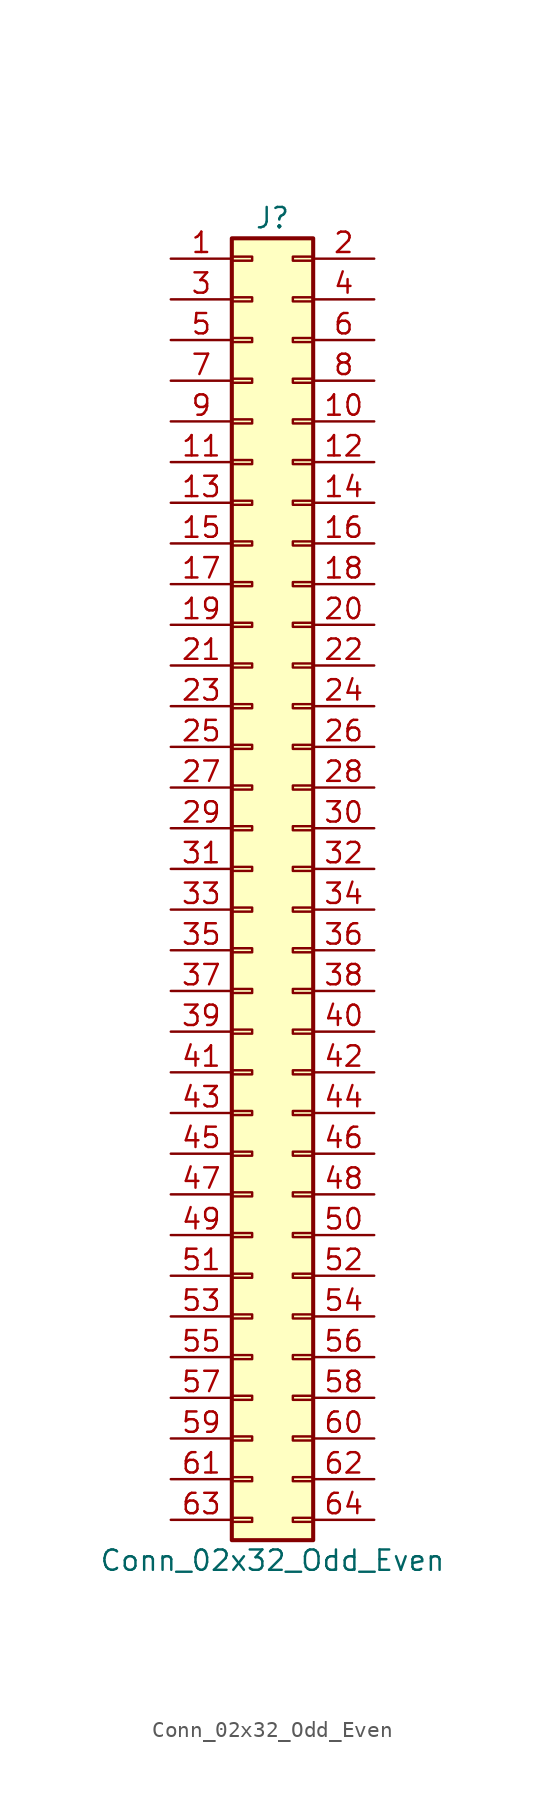
<source format=kicad_sym>
(kicad_symbol_lib
  (version 20211014)
  (generator kicad_symbol_editor)
  (symbol "Conn_02x32_Odd_Even"
    (pin_names
      (offset 1.016) hide)
    (property "Reference" "J"
      (at 1.27 40.64 0)
      (effects (font (size 1.27 1.27))))
    (property "Value" "Conn_02x32_Odd_Even"
      (at 1.27 -43.18 0)
      (effects (font (size 1.27 1.27))))
    (symbol "Conn_02x32_Odd_Even_1_1"
      (rectangle (start -1.27 -40.513) (end 0 -40.767) (stroke (width 0.152) (type default) (color 0 0 0 0)) (fill (type none)))
      (rectangle (start -1.27 -37.973) (end 0 -38.227) (stroke (width 0.152) (type default) (color 0 0 0 0)) (fill (type none)))
      (rectangle (start -1.27 -35.433) (end 0 -35.687) (stroke (width 0.152) (type default) (color 0 0 0 0)) (fill (type none)))
      (rectangle (start -1.27 -32.893) (end 0 -33.147) (stroke (width 0.152) (type default) (color 0 0 0 0)) (fill (type none)))
      (rectangle (start -1.27 -30.353) (end 0 -30.607) (stroke (width 0.152) (type default) (color 0 0 0 0)) (fill (type none)))
      (rectangle (start -1.27 -27.813) (end 0 -28.067) (stroke (width 0.152) (type default) (color 0 0 0 0)) (fill (type none)))
      (rectangle (start -1.27 -25.273) (end 0 -25.527) (stroke (width 0.152) (type default) (color 0 0 0 0)) (fill (type none)))
      (rectangle (start -1.27 -22.733) (end 0 -22.987) (stroke (width 0.152) (type default) (color 0 0 0 0)) (fill (type none)))
      (rectangle (start -1.27 -20.193) (end 0 -20.447) (stroke (width 0.152) (type default) (color 0 0 0 0)) (fill (type none)))
      (rectangle (start -1.27 -17.653) (end 0 -17.907) (stroke (width 0.152) (type default) (color 0 0 0 0)) (fill (type none)))
      (rectangle (start -1.27 -15.113) (end 0 -15.367) (stroke (width 0.152) (type default) (color 0 0 0 0)) (fill (type none)))
      (rectangle (start -1.27 -12.573) (end 0 -12.827) (stroke (width 0.152) (type default) (color 0 0 0 0)) (fill (type none)))
      (rectangle (start -1.27 -10.033) (end 0 -10.287) (stroke (width 0.152) (type default) (color 0 0 0 0)) (fill (type none)))
      (rectangle (start -1.27 -7.493) (end 0 -7.747) (stroke (width 0.152) (type default) (color 0 0 0 0)) (fill (type none)))
      (rectangle (start -1.27 -4.953) (end 0 -5.207) (stroke (width 0.152) (type default) (color 0 0 0 0)) (fill (type none)))
      (rectangle (start -1.27 -2.413) (end 0 -2.667) (stroke (width 0.152) (type default) (color 0 0 0 0)) (fill (type none)))
      (rectangle (start -1.27 0.127) (end 0 -0.127) (stroke (width 0.152) (type default) (color 0 0 0 0)) (fill (type none)))
      (rectangle (start -1.27 2.667) (end 0 2.413) (stroke (width 0.152) (type default) (color 0 0 0 0)) (fill (type none)))
      (rectangle (start -1.27 5.207) (end 0 4.953) (stroke (width 0.152) (type default) (color 0 0 0 0)) (fill (type none)))
      (rectangle (start -1.27 7.747) (end 0 7.493) (stroke (width 0.152) (type default) (color 0 0 0 0)) (fill (type none)))
      (rectangle (start -1.27 10.287) (end 0 10.033) (stroke (width 0.152) (type default) (color 0 0 0 0)) (fill (type none)))
      (rectangle (start -1.27 12.827) (end 0 12.573) (stroke (width 0.152) (type default) (color 0 0 0 0)) (fill (type none)))
      (rectangle (start -1.27 15.367) (end 0 15.113) (stroke (width 0.152) (type default) (color 0 0 0 0)) (fill (type none)))
      (rectangle (start -1.27 17.907) (end 0 17.653) (stroke (width 0.152) (type default) (color 0 0 0 0)) (fill (type none)))
      (rectangle (start -1.27 20.447) (end 0 20.193) (stroke (width 0.152) (type default) (color 0 0 0 0)) (fill (type none)))
      (rectangle (start -1.27 22.987) (end 0 22.733) (stroke (width 0.152) (type default) (color 0 0 0 0)) (fill (type none)))
      (rectangle (start -1.27 25.527) (end 0 25.273) (stroke (width 0.152) (type default) (color 0 0 0 0)) (fill (type none)))
      (rectangle (start -1.27 28.067) (end 0 27.813) (stroke (width 0.152) (type default) (color 0 0 0 0)) (fill (type none)))
      (rectangle (start -1.27 30.607) (end 0 30.353) (stroke (width 0.152) (type default) (color 0 0 0 0)) (fill (type none)))
      (rectangle (start -1.27 33.147) (end 0 32.893) (stroke (width 0.152) (type default) (color 0 0 0 0)) (fill (type none)))
      (rectangle (start -1.27 35.687) (end 0 35.433) (stroke (width 0.152) (type default) (color 0 0 0 0)) (fill (type none)))
      (rectangle (start -1.27 38.227) (end 0 37.973) (stroke (width 0.152) (type default) (color 0 0 0 0)) (fill (type none)))
      (rectangle (start -1.27 39.37) (end 3.81 -41.91) (stroke (width 0.254) (type default) (color 0 0 0 0)) (fill (type background)))
      (rectangle (start 3.81 -40.513) (end 2.54 -40.767) (stroke (width 0.152) (type default) (color 0 0 0 0)) (fill (type none)))
      (rectangle (start 3.81 -37.973) (end 2.54 -38.227) (stroke (width 0.152) (type default) (color 0 0 0 0)) (fill (type none)))
      (rectangle (start 3.81 -35.433) (end 2.54 -35.687) (stroke (width 0.152) (type default) (color 0 0 0 0)) (fill (type none)))
      (rectangle (start 3.81 -32.893) (end 2.54 -33.147) (stroke (width 0.152) (type default) (color 0 0 0 0)) (fill (type none)))
      (rectangle (start 3.81 -30.353) (end 2.54 -30.607) (stroke (width 0.152) (type default) (color 0 0 0 0)) (fill (type none)))
      (rectangle (start 3.81 -27.813) (end 2.54 -28.067) (stroke (width 0.152) (type default) (color 0 0 0 0)) (fill (type none)))
      (rectangle (start 3.81 -25.273) (end 2.54 -25.527) (stroke (width 0.152) (type default) (color 0 0 0 0)) (fill (type none)))
      (rectangle (start 3.81 -22.733) (end 2.54 -22.987) (stroke (width 0.152) (type default) (color 0 0 0 0)) (fill (type none)))
      (rectangle (start 3.81 -20.193) (end 2.54 -20.447) (stroke (width 0.152) (type default) (color 0 0 0 0)) (fill (type none)))
      (rectangle (start 3.81 -17.653) (end 2.54 -17.907) (stroke (width 0.152) (type default) (color 0 0 0 0)) (fill (type none)))
      (rectangle (start 3.81 -15.113) (end 2.54 -15.367) (stroke (width 0.152) (type default) (color 0 0 0 0)) (fill (type none)))
      (rectangle (start 3.81 -12.573) (end 2.54 -12.827) (stroke (width 0.152) (type default) (color 0 0 0 0)) (fill (type none)))
      (rectangle (start 3.81 -10.033) (end 2.54 -10.287) (stroke (width 0.152) (type default) (color 0 0 0 0)) (fill (type none)))
      (rectangle (start 3.81 -7.493) (end 2.54 -7.747) (stroke (width 0.152) (type default) (color 0 0 0 0)) (fill (type none)))
      (rectangle (start 3.81 -4.953) (end 2.54 -5.207) (stroke (width 0.152) (type default) (color 0 0 0 0)) (fill (type none)))
      (rectangle (start 3.81 -2.413) (end 2.54 -2.667) (stroke (width 0.152) (type default) (color 0 0 0 0)) (fill (type none)))
      (rectangle (start 3.81 0.127) (end 2.54 -0.127) (stroke (width 0.152) (type default) (color 0 0 0 0)) (fill (type none)))
      (rectangle (start 3.81 2.667) (end 2.54 2.413) (stroke (width 0.152) (type default) (color 0 0 0 0)) (fill (type none)))
      (rectangle (start 3.81 5.207) (end 2.54 4.953) (stroke (width 0.152) (type default) (color 0 0 0 0)) (fill (type none)))
      (rectangle (start 3.81 7.747) (end 2.54 7.493) (stroke (width 0.152) (type default) (color 0 0 0 0)) (fill (type none)))
      (rectangle (start 3.81 10.287) (end 2.54 10.033) (stroke (width 0.152) (type default) (color 0 0 0 0)) (fill (type none)))
      (rectangle (start 3.81 12.827) (end 2.54 12.573) (stroke (width 0.152) (type default) (color 0 0 0 0)) (fill (type none)))
      (rectangle (start 3.81 15.367) (end 2.54 15.113) (stroke (width 0.152) (type default) (color 0 0 0 0)) (fill (type none)))
      (rectangle (start 3.81 17.907) (end 2.54 17.653) (stroke (width 0.152) (type default) (color 0 0 0 0)) (fill (type none)))
      (rectangle (start 3.81 20.447) (end 2.54 20.193) (stroke (width 0.152) (type default) (color 0 0 0 0)) (fill (type none)))
      (rectangle (start 3.81 22.987) (end 2.54 22.733) (stroke (width 0.152) (type default) (color 0 0 0 0)) (fill (type none)))
      (rectangle (start 3.81 25.527) (end 2.54 25.273) (stroke (width 0.152) (type default) (color 0 0 0 0)) (fill (type none)))
      (rectangle (start 3.81 28.067) (end 2.54 27.813) (stroke (width 0.152) (type default) (color 0 0 0 0)) (fill (type none)))
      (rectangle (start 3.81 30.607) (end 2.54 30.353) (stroke (width 0.152) (type default) (color 0 0 0 0)) (fill (type none)))
      (rectangle (start 3.81 33.147) (end 2.54 32.893) (stroke (width 0.152) (type default) (color 0 0 0 0)) (fill (type none)))
      (rectangle (start 3.81 35.687) (end 2.54 35.433) (stroke (width 0.152) (type default) (color 0 0 0 0)) (fill (type none)))
      (rectangle (start 3.81 38.227) (end 2.54 37.973) (stroke (width 0.152) (type default) (color 0 0 0 0)) (fill (type none)))
      (pin passive line (at -5.08 38.1 0) (length 3.81) (name "Pin_1" (effects (font (size 1.27 1.27)))) (number "1" (effects (font (size 1.27 1.27)))))
      (pin passive line (at 7.62 27.94 180) (length 3.81) (name "Pin_10" (effects (font (size 1.27 1.27)))) (number "10" (effects (font (size 1.27 1.27)))))
      (pin passive line (at -5.08 25.4 0) (length 3.81) (name "Pin_11" (effects (font (size 1.27 1.27)))) (number "11" (effects (font (size 1.27 1.27)))))
      (pin passive line (at 7.62 25.4 180) (length 3.81) (name "Pin_12" (effects (font (size 1.27 1.27)))) (number "12" (effects (font (size 1.27 1.27)))))
      (pin passive line (at -5.08 22.86 0) (length 3.81) (name "Pin_13" (effects (font (size 1.27 1.27)))) (number "13" (effects (font (size 1.27 1.27)))))
      (pin passive line (at 7.62 22.86 180) (length 3.81) (name "Pin_14" (effects (font (size 1.27 1.27)))) (number "14" (effects (font (size 1.27 1.27)))))
      (pin passive line (at -5.08 20.32 0) (length 3.81) (name "Pin_15" (effects (font (size 1.27 1.27)))) (number "15" (effects (font (size 1.27 1.27)))))
      (pin passive line (at 7.62 20.32 180) (length 3.81) (name "Pin_16" (effects (font (size 1.27 1.27)))) (number "16" (effects (font (size 1.27 1.27)))))
      (pin passive line (at -5.08 17.78 0) (length 3.81) (name "Pin_17" (effects (font (size 1.27 1.27)))) (number "17" (effects (font (size 1.27 1.27)))))
      (pin passive line (at 7.62 17.78 180) (length 3.81) (name "Pin_18" (effects (font (size 1.27 1.27)))) (number "18" (effects (font (size 1.27 1.27)))))
      (pin passive line (at -5.08 15.24 0) (length 3.81) (name "Pin_19" (effects (font (size 1.27 1.27)))) (number "19" (effects (font (size 1.27 1.27)))))
      (pin passive line (at 7.62 38.1 180) (length 3.81) (name "Pin_2" (effects (font (size 1.27 1.27)))) (number "2" (effects (font (size 1.27 1.27)))))
      (pin passive line (at 7.62 15.24 180) (length 3.81) (name "Pin_20" (effects (font (size 1.27 1.27)))) (number "20" (effects (font (size 1.27 1.27)))))
      (pin passive line (at -5.08 12.7 0) (length 3.81) (name "Pin_21" (effects (font (size 1.27 1.27)))) (number "21" (effects (font (size 1.27 1.27)))))
      (pin passive line (at 7.62 12.7 180) (length 3.81) (name "Pin_22" (effects (font (size 1.27 1.27)))) (number "22" (effects (font (size 1.27 1.27)))))
      (pin passive line (at -5.08 10.16 0) (length 3.81) (name "Pin_23" (effects (font (size 1.27 1.27)))) (number "23" (effects (font (size 1.27 1.27)))))
      (pin passive line (at 7.62 10.16 180) (length 3.81) (name "Pin_24" (effects (font (size 1.27 1.27)))) (number "24" (effects (font (size 1.27 1.27)))))
      (pin passive line (at -5.08 7.62 0) (length 3.81) (name "Pin_25" (effects (font (size 1.27 1.27)))) (number "25" (effects (font (size 1.27 1.27)))))
      (pin passive line (at 7.62 7.62 180) (length 3.81) (name "Pin_26" (effects (font (size 1.27 1.27)))) (number "26" (effects (font (size 1.27 1.27)))))
      (pin passive line (at -5.08 5.08 0) (length 3.81) (name "Pin_27" (effects (font (size 1.27 1.27)))) (number "27" (effects (font (size 1.27 1.27)))))
      (pin passive line (at 7.62 5.08 180) (length 3.81) (name "Pin_28" (effects (font (size 1.27 1.27)))) (number "28" (effects (font (size 1.27 1.27)))))
      (pin passive line (at -5.08 2.54 0) (length 3.81) (name "Pin_29" (effects (font (size 1.27 1.27)))) (number "29" (effects (font (size 1.27 1.27)))))
      (pin passive line (at -5.08 35.56 0) (length 3.81) (name "Pin_3" (effects (font (size 1.27 1.27)))) (number "3" (effects (font (size 1.27 1.27)))))
      (pin passive line (at 7.62 2.54 180) (length 3.81) (name "Pin_30" (effects (font (size 1.27 1.27)))) (number "30" (effects (font (size 1.27 1.27)))))
      (pin passive line (at -5.08 0 0) (length 3.81) (name "Pin_31" (effects (font (size 1.27 1.27)))) (number "31" (effects (font (size 1.27 1.27)))))
      (pin passive line (at 7.62 0 180) (length 3.81) (name "Pin_32" (effects (font (size 1.27 1.27)))) (number "32" (effects (font (size 1.27 1.27)))))
      (pin passive line (at -5.08 -2.54 0) (length 3.81) (name "Pin_33" (effects (font (size 1.27 1.27)))) (number "33" (effects (font (size 1.27 1.27)))))
      (pin passive line (at 7.62 -2.54 180) (length 3.81) (name "Pin_34" (effects (font (size 1.27 1.27)))) (number "34" (effects (font (size 1.27 1.27)))))
      (pin passive line (at -5.08 -5.08 0) (length 3.81) (name "Pin_35" (effects (font (size 1.27 1.27)))) (number "35" (effects (font (size 1.27 1.27)))))
      (pin passive line (at 7.62 -5.08 180) (length 3.81) (name "Pin_36" (effects (font (size 1.27 1.27)))) (number "36" (effects (font (size 1.27 1.27)))))
      (pin passive line (at -5.08 -7.62 0) (length 3.81) (name "Pin_37" (effects (font (size 1.27 1.27)))) (number "37" (effects (font (size 1.27 1.27)))))
      (pin passive line (at 7.62 -7.62 180) (length 3.81) (name "Pin_38" (effects (font (size 1.27 1.27)))) (number "38" (effects (font (size 1.27 1.27)))))
      (pin passive line (at -5.08 -10.16 0) (length 3.81) (name "Pin_39" (effects (font (size 1.27 1.27)))) (number "39" (effects (font (size 1.27 1.27)))))
      (pin passive line (at 7.62 35.56 180) (length 3.81) (name "Pin_4" (effects (font (size 1.27 1.27)))) (number "4" (effects (font (size 1.27 1.27)))))
      (pin passive line (at 7.62 -10.16 180) (length 3.81) (name "Pin_40" (effects (font (size 1.27 1.27)))) (number "40" (effects (font (size 1.27 1.27)))))
      (pin passive line (at -5.08 -12.7 0) (length 3.81) (name "Pin_41" (effects (font (size 1.27 1.27)))) (number "41" (effects (font (size 1.27 1.27)))))
      (pin passive line (at 7.62 -12.7 180) (length 3.81) (name "Pin_42" (effects (font (size 1.27 1.27)))) (number "42" (effects (font (size 1.27 1.27)))))
      (pin passive line (at -5.08 -15.24 0) (length 3.81) (name "Pin_43" (effects (font (size 1.27 1.27)))) (number "43" (effects (font (size 1.27 1.27)))))
      (pin passive line (at 7.62 -15.24 180) (length 3.81) (name "Pin_44" (effects (font (size 1.27 1.27)))) (number "44" (effects (font (size 1.27 1.27)))))
      (pin passive line (at -5.08 -17.78 0) (length 3.81) (name "Pin_45" (effects (font (size 1.27 1.27)))) (number "45" (effects (font (size 1.27 1.27)))))
      (pin passive line (at 7.62 -17.78 180) (length 3.81) (name "Pin_46" (effects (font (size 1.27 1.27)))) (number "46" (effects (font (size 1.27 1.27)))))
      (pin passive line (at -5.08 -20.32 0) (length 3.81) (name "Pin_47" (effects (font (size 1.27 1.27)))) (number "47" (effects (font (size 1.27 1.27)))))
      (pin passive line (at 7.62 -20.32 180) (length 3.81) (name "Pin_48" (effects (font (size 1.27 1.27)))) (number "48" (effects (font (size 1.27 1.27)))))
      (pin passive line (at -5.08 -22.86 0) (length 3.81) (name "Pin_49" (effects (font (size 1.27 1.27)))) (number "49" (effects (font (size 1.27 1.27)))))
      (pin passive line (at -5.08 33.02 0) (length 3.81) (name "Pin_5" (effects (font (size 1.27 1.27)))) (number "5" (effects (font (size 1.27 1.27)))))
      (pin passive line (at 7.62 -22.86 180) (length 3.81) (name "Pin_50" (effects (font (size 1.27 1.27)))) (number "50" (effects (font (size 1.27 1.27)))))
      (pin passive line (at -5.08 -25.4 0) (length 3.81) (name "Pin_51" (effects (font (size 1.27 1.27)))) (number "51" (effects (font (size 1.27 1.27)))))
      (pin passive line (at 7.62 -25.4 180) (length 3.81) (name "Pin_52" (effects (font (size 1.27 1.27)))) (number "52" (effects (font (size 1.27 1.27)))))
      (pin passive line (at -5.08 -27.94 0) (length 3.81) (name "Pin_53" (effects (font (size 1.27 1.27)))) (number "53" (effects (font (size 1.27 1.27)))))
      (pin passive line (at 7.62 -27.94 180) (length 3.81) (name "Pin_54" (effects (font (size 1.27 1.27)))) (number "54" (effects (font (size 1.27 1.27)))))
      (pin passive line (at -5.08 -30.48 0) (length 3.81) (name "Pin_55" (effects (font (size 1.27 1.27)))) (number "55" (effects (font (size 1.27 1.27)))))
      (pin passive line (at 7.62 -30.48 180) (length 3.81) (name "Pin_56" (effects (font (size 1.27 1.27)))) (number "56" (effects (font (size 1.27 1.27)))))
      (pin passive line (at -5.08 -33.02 0) (length 3.81) (name "Pin_57" (effects (font (size 1.27 1.27)))) (number "57" (effects (font (size 1.27 1.27)))))
      (pin passive line (at 7.62 -33.02 180) (length 3.81) (name "Pin_58" (effects (font (size 1.27 1.27)))) (number "58" (effects (font (size 1.27 1.27)))))
      (pin passive line (at -5.08 -35.56 0) (length 3.81) (name "Pin_59" (effects (font (size 1.27 1.27)))) (number "59" (effects (font (size 1.27 1.27)))))
      (pin passive line (at 7.62 33.02 180) (length 3.81) (name "Pin_6" (effects (font (size 1.27 1.27)))) (number "6" (effects (font (size 1.27 1.27)))))
      (pin passive line (at 7.62 -35.56 180) (length 3.81) (name "Pin_60" (effects (font (size 1.27 1.27)))) (number "60" (effects (font (size 1.27 1.27)))))
      (pin passive line (at -5.08 -38.1 0) (length 3.81) (name "Pin_61" (effects (font (size 1.27 1.27)))) (number "61" (effects (font (size 1.27 1.27)))))
      (pin passive line (at 7.62 -38.1 180) (length 3.81) (name "Pin_62" (effects (font (size 1.27 1.27)))) (number "62" (effects (font (size 1.27 1.27)))))
      (pin passive line (at -5.08 -40.64 0) (length 3.81) (name "Pin_63" (effects (font (size 1.27 1.27)))) (number "63" (effects (font (size 1.27 1.27)))))
      (pin passive line (at 7.62 -40.64 180) (length 3.81) (name "Pin_64" (effects (font (size 1.27 1.27)))) (number "64" (effects (font (size 1.27 1.27)))))
      (pin passive line (at -5.08 30.48 0) (length 3.81) (name "Pin_7" (effects (font (size 1.27 1.27)))) (number "7" (effects (font (size 1.27 1.27)))))
      (pin passive line (at 7.62 30.48 180) (length 3.81) (name "Pin_8" (effects (font (size 1.27 1.27)))) (number "8" (effects (font (size 1.27 1.27)))))
      (pin passive line (at -5.08 27.94 0) (length 3.81) (name "Pin_9" (effects (font (size 1.27 1.27)))) (number "9" (effects (font (size 1.27 1.27))))))))
</source>
